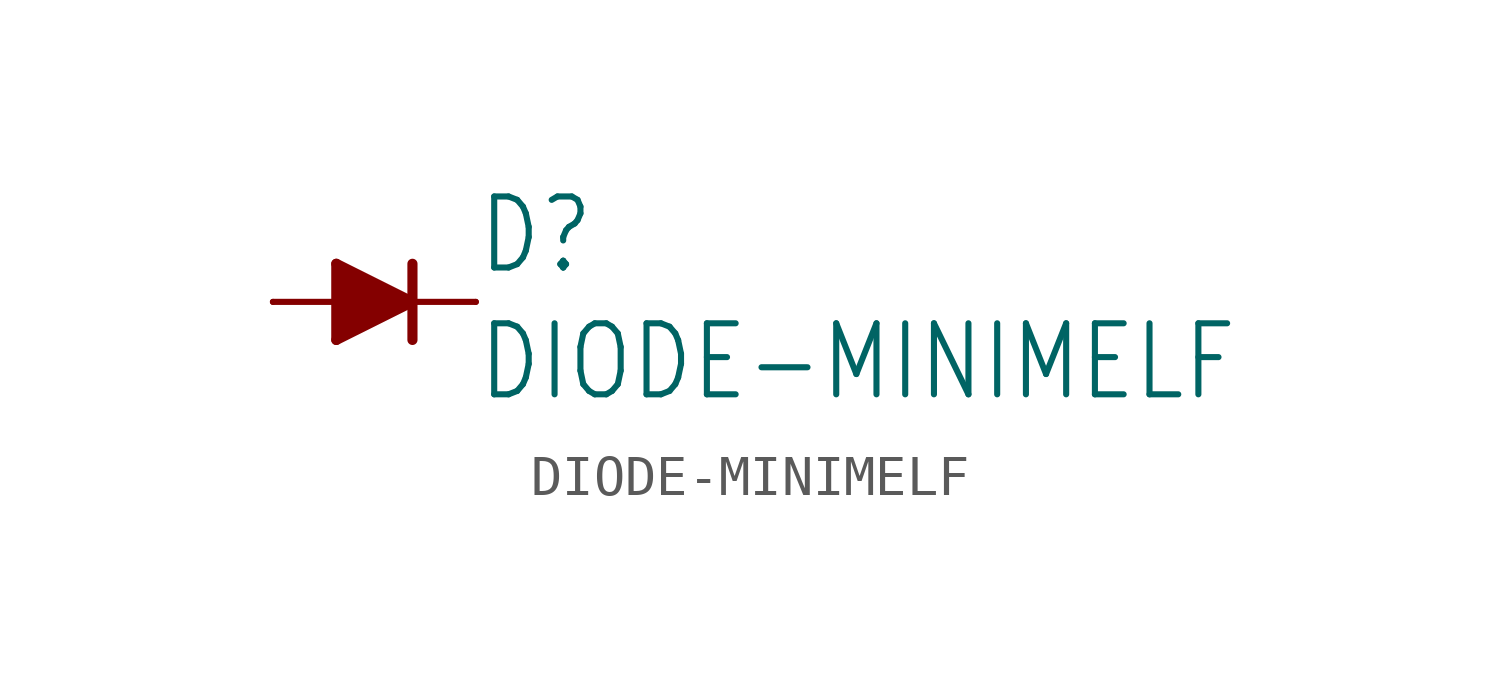
<source format=kicad_sym>
(kicad_symbol_lib
  (version 20211014)
  (generator kicad_symbol_editor)
  (symbol "DIODE-MINIMELF"
    (property "Reference" "D"
      (at 2.54 0.635 0)
      (effects (font (size 1.778 1.511)) (justify left bottom)))
    (property "Value" "DIODE-MINIMELF"
      (at 2.54 -2.54 0)
      (effects (font (size 1.778 1.511)) (justify left bottom)))
    (property "ki_locked" ""
      (at 0 0 0)
      (effects (font (size 1.27 1.27))))
    (symbol "DIODE-MINIMELF_1_0"
      (polyline (pts (xy -0.953 -0.953) (xy 0.953 0)) (stroke (width 0.254) (type default) (color 0 0 0 0)) (fill (type none)))
      (polyline (pts (xy -0.953 0) (xy -2.54 0)) (stroke (width 0.152) (type default) (color 0 0 0 0)) (fill (type none)))
      (polyline (pts (xy -0.953 0) (xy -0.953 -0.953)) (stroke (width 0.254) (type default) (color 0 0 0 0)) (fill (type none)))
      (polyline (pts (xy -0.953 0.953) (xy -0.953 0)) (stroke (width 0.254) (type default) (color 0 0 0 0)) (fill (type none)))
      (polyline (pts (xy 0.953 0) (xy -0.953 0.953)) (stroke (width 0.254) (type default) (color 0 0 0 0)) (fill (type none)))
      (polyline (pts (xy 0.953 0) (xy 0.953 -0.953)) (stroke (width 0.254) (type default) (color 0 0 0 0)) (fill (type none)))
      (polyline (pts (xy 0.953 0) (xy 2.54 0)) (stroke (width 0.152) (type default) (color 0 0 0 0)) (fill (type none)))
      (polyline (pts (xy 0.953 0.953) (xy 0.953 0)) (stroke (width 0.254) (type default) (color 0 0 0 0)) (fill (type none)))
      (polyline (pts (xy -0.953 0.953) (xy 0.953 0) (xy -0.953 -0.953)) (stroke (width 0) (type default) (color 0 0 0 0)) (fill (type outline)))
      (pin passive line (at -2.54 0 0) (length 0) (name "A" (effects (font (size 0 0)))) (number "A" (effects (font (size 0 0)))))
      (pin passive line (at 2.54 0 180) (length 0) (name "C" (effects (font (size 0 0)))) (number "C" (effects (font (size 0 0))))))))
</source>
